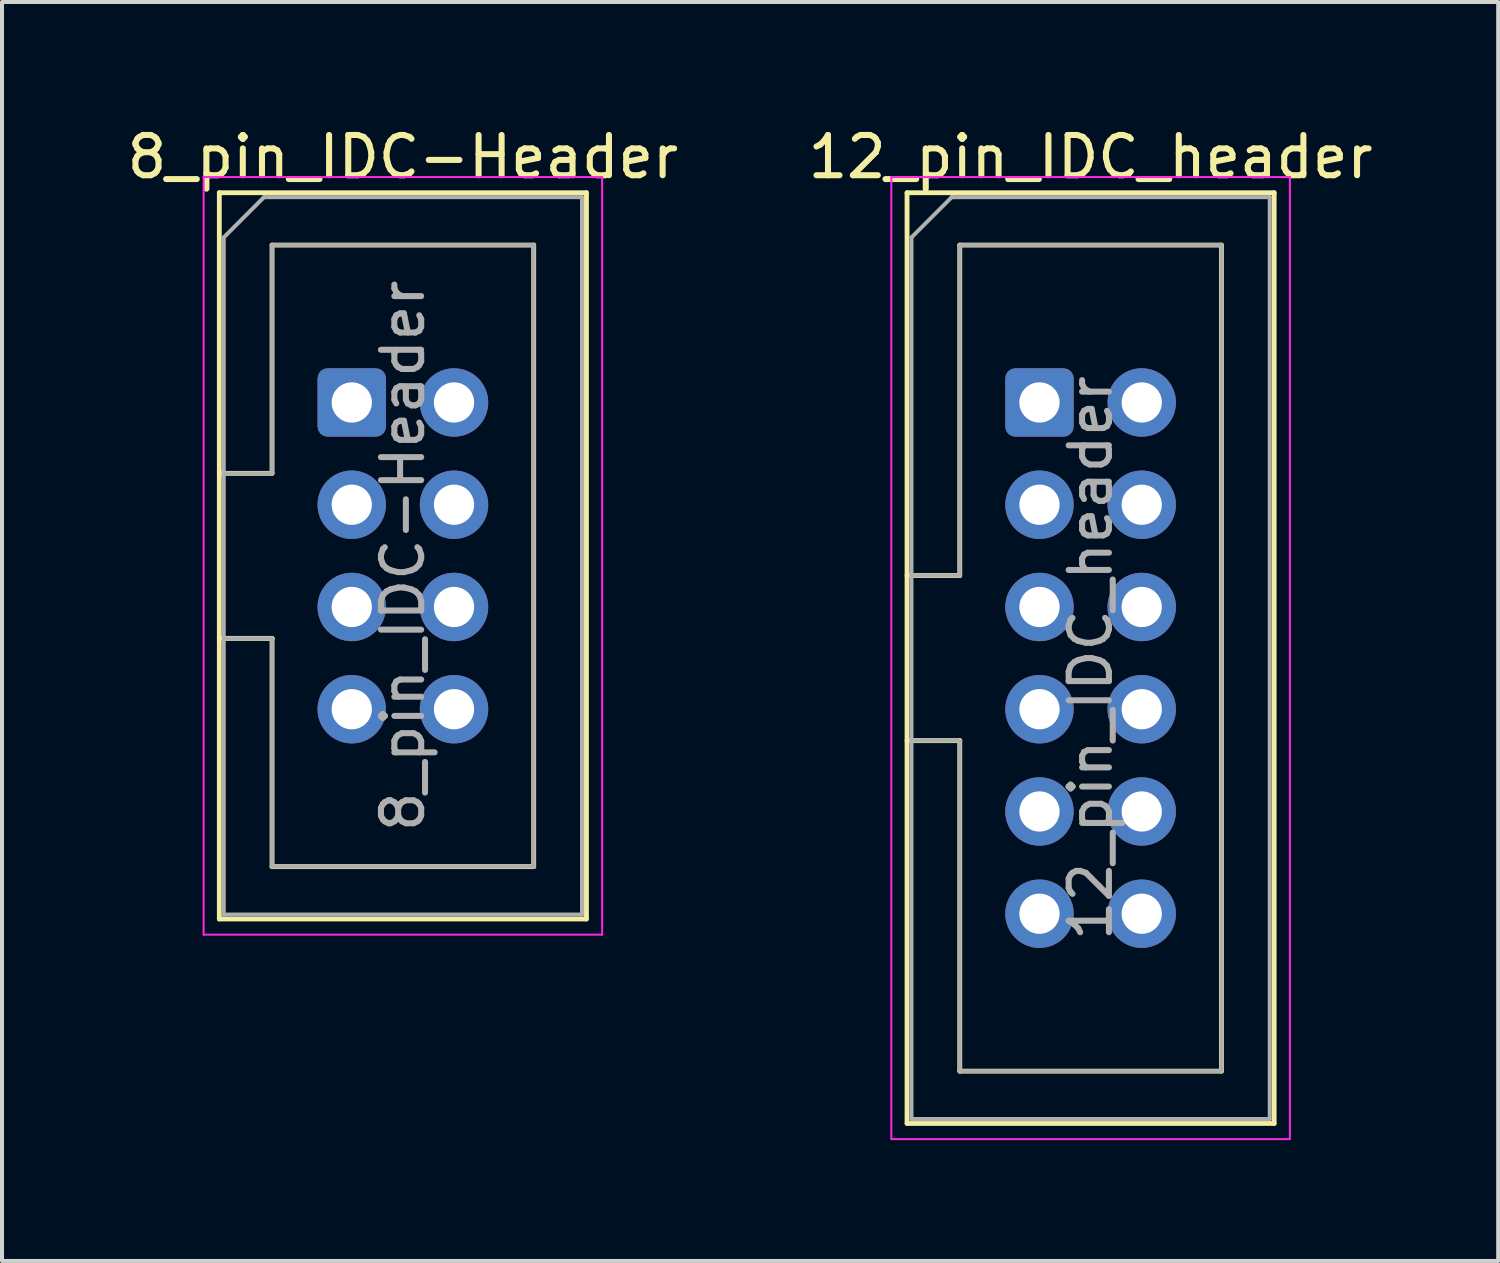
<source format=kicad_pcb>
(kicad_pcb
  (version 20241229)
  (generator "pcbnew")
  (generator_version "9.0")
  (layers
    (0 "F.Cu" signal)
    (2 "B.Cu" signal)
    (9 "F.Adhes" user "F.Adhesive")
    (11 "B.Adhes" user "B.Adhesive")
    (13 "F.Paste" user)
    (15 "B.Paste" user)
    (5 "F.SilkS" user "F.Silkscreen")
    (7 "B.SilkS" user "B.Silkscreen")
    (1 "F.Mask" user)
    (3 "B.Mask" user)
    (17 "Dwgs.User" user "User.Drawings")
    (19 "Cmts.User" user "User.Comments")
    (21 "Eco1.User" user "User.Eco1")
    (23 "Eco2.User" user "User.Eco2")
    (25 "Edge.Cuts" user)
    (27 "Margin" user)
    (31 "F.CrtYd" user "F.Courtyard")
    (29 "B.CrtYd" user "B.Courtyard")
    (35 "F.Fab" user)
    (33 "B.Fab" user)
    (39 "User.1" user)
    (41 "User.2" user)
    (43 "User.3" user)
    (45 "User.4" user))
  (footprint "8_pin_IDC-Header"
    (layer "F.Cu")
    (at 5.688 6.948)
    (property "Reference" "8_pin_IDC-Header" (at 1.27 -6.1 0) (layer "F.SilkS") (effects (font (size 1 1) (thickness 0.15))))
    (attr through_hole)
    (fp_line (start -3.29 -5.21) (end 5.83 -5.21) (stroke (width 0.12) (type solid)) (layer "F.SilkS"))
    (fp_line (start -3.29 1.76) (end -1.98 1.76) (stroke (width 0.12) (type solid)) (layer "F.SilkS"))
    (fp_line (start -3.29 12.83) (end -3.29 -5.21) (stroke (width 0.12) (type solid)) (layer "F.SilkS"))
    (fp_line (start -1.98 -3.91) (end 4.52 -3.91) (stroke (width 0.12) (type solid)) (layer "F.SilkS"))
    (fp_line (start -1.98 1.76) (end -1.98 -3.91) (stroke (width 0.12) (type solid)) (layer "F.SilkS"))
    (fp_line (start -1.98 5.86) (end -3.29 5.86) (stroke (width 0.12) (type solid)) (layer "F.SilkS"))
    (fp_line (start -1.98 5.86) (end -1.98 5.86) (stroke (width 0.12) (type solid)) (layer "F.SilkS"))
    (fp_line (start -1.98 11.53) (end -1.98 5.86) (stroke (width 0.12) (type solid)) (layer "F.SilkS"))
    (fp_line (start 4.52 -3.91) (end 4.52 11.53) (stroke (width 0.12) (type solid)) (layer "F.SilkS"))
    (fp_line (start 4.52 11.53) (end -1.98 11.53) (stroke (width 0.12) (type solid)) (layer "F.SilkS"))
    (fp_line (start 5.83 -5.21) (end 5.83 12.83) (stroke (width 0.12) (type solid)) (layer "F.SilkS"))
    (fp_line (start 5.83 12.83) (end -3.29 12.83) (stroke (width 0.12) (type solid)) (layer "F.SilkS"))
    (fp_line (start -3.68 -5.6) (end -3.68 13.22) (stroke (width 0.05) (type solid)) (layer "F.CrtYd"))
    (fp_line (start -3.68 13.22) (end 6.22 13.22) (stroke (width 0.05) (type solid)) (layer "F.CrtYd"))
    (fp_line (start 6.22 -5.6) (end -3.68 -5.6) (stroke (width 0.05) (type solid)) (layer "F.CrtYd"))
    (fp_line (start 6.22 13.22) (end 6.22 -5.6) (stroke (width 0.05) (type solid)) (layer "F.CrtYd"))
    (fp_line (start -3.18 -4.1) (end -2.18 -5.1) (stroke (width 0.1) (type solid)) (layer "F.Fab"))
    (fp_line (start -3.18 1.76) (end -1.98 1.76) (stroke (width 0.1) (type solid)) (layer "F.Fab"))
    (fp_line (start -3.18 12.72) (end -3.18 -4.1) (stroke (width 0.1) (type solid)) (layer "F.Fab"))
    (fp_line (start -2.18 -5.1) (end 5.72 -5.1) (stroke (width 0.1) (type solid)) (layer "F.Fab"))
    (fp_line (start -1.98 -3.91) (end 4.52 -3.91) (stroke (width 0.1) (type solid)) (layer "F.Fab"))
    (fp_line (start -1.98 1.76) (end -1.98 -3.91) (stroke (width 0.1) (type solid)) (layer "F.Fab"))
    (fp_line (start -1.98 5.86) (end -3.18 5.86) (stroke (width 0.1) (type solid)) (layer "F.Fab"))
    (fp_line (start -1.98 5.86) (end -1.98 5.86) (stroke (width 0.1) (type solid)) (layer "F.Fab"))
    (fp_line (start -1.98 11.53) (end -1.98 5.86) (stroke (width 0.1) (type solid)) (layer "F.Fab"))
    (fp_line (start 4.52 -3.91) (end 4.52 11.53) (stroke (width 0.1) (type solid)) (layer "F.Fab"))
    (fp_line (start 4.52 11.53) (end -1.98 11.53) (stroke (width 0.1) (type solid)) (layer "F.Fab"))
    (fp_line (start 5.72 -5.1) (end 5.72 12.72) (stroke (width 0.1) (type solid)) (layer "F.Fab"))
    (fp_line (start 5.72 12.72) (end -3.18 12.72) (stroke (width 0.1) (type solid)) (layer "F.Fab"))
    (fp_text user "${REFERENCE}" (at 1.27 3.81 90) (layer "F.Fab") (effects (font (size 1 1) (thickness 0.15))))
    (pad "1" thru_hole roundrect (at 0 0) (size 1.7 1.7) (drill 1) (layers "*.Cu" "*.Mask") (roundrect_rratio 0.147))
    (pad "2" thru_hole circle (at 2.54 0) (size 1.7 1.7) (drill 1) (layers "*.Cu" "*.Mask"))
    (pad "3" thru_hole circle (at 0 2.54) (size 1.7 1.7) (drill 1) (layers "*.Cu" "*.Mask"))
    (pad "4" thru_hole circle (at 2.54 2.54) (size 1.7 1.7) (drill 1) (layers "*.Cu" "*.Mask"))
    (pad "5" thru_hole circle (at 0 5.08) (size 1.7 1.7) (drill 1) (layers "*.Cu" "*.Mask"))
    (pad "6" thru_hole circle (at 2.54 5.08) (size 1.7 1.7) (drill 1) (layers "*.Cu" "*.Mask"))
    (pad "7" thru_hole circle (at 0 7.62) (size 1.7 1.7) (drill 1) (layers "*.Cu" "*.Mask"))
    (pad "8" thru_hole circle (at 2.54 7.62) (size 1.7 1.7) (drill 1) (layers "*.Cu" "*.Mask")))
  (footprint "12_pin_IDC_header"
    (layer "F.Cu")
    (at 22.772 6.948)
    (property "Reference" "12_pin_IDC_header" (at 1.27 -6.1 0) (layer "F.SilkS") (effects (font (size 1 1) (thickness 0.15))))
    (attr through_hole)
    (fp_line (start -3.29 -5.21) (end 5.83 -5.21) (stroke (width 0.12) (type solid)) (layer "F.SilkS"))
    (fp_line (start -3.29 4.3) (end -1.98 4.3) (stroke (width 0.12) (type solid)) (layer "F.SilkS"))
    (fp_line (start -3.29 17.91) (end -3.29 -5.21) (stroke (width 0.12) (type solid)) (layer "F.SilkS"))
    (fp_line (start -1.98 -3.91) (end 4.52 -3.91) (stroke (width 0.12) (type solid)) (layer "F.SilkS"))
    (fp_line (start -1.98 4.3) (end -1.98 -3.91) (stroke (width 0.12) (type solid)) (layer "F.SilkS"))
    (fp_line (start -1.98 8.4) (end -3.29 8.4) (stroke (width 0.12) (type solid)) (layer "F.SilkS"))
    (fp_line (start -1.98 8.4) (end -1.98 8.4) (stroke (width 0.12) (type solid)) (layer "F.SilkS"))
    (fp_line (start -1.98 16.61) (end -1.98 8.4) (stroke (width 0.12) (type solid)) (layer "F.SilkS"))
    (fp_line (start 4.52 -3.91) (end 4.52 16.61) (stroke (width 0.12) (type solid)) (layer "F.SilkS"))
    (fp_line (start 4.52 16.61) (end -1.98 16.61) (stroke (width 0.12) (type solid)) (layer "F.SilkS"))
    (fp_line (start 5.83 -5.21) (end 5.83 17.91) (stroke (width 0.12) (type solid)) (layer "F.SilkS"))
    (fp_line (start 5.83 17.91) (end -3.29 17.91) (stroke (width 0.12) (type solid)) (layer "F.SilkS"))
    (fp_line (start -3.68 -5.6) (end -3.68 18.3) (stroke (width 0.05) (type solid)) (layer "F.CrtYd"))
    (fp_line (start -3.68 18.3) (end 6.22 18.3) (stroke (width 0.05) (type solid)) (layer "F.CrtYd"))
    (fp_line (start 6.22 -5.6) (end -3.68 -5.6) (stroke (width 0.05) (type solid)) (layer "F.CrtYd"))
    (fp_line (start 6.22 18.3) (end 6.22 -5.6) (stroke (width 0.05) (type solid)) (layer "F.CrtYd"))
    (fp_line (start -3.18 -4.1) (end -2.18 -5.1) (stroke (width 0.1) (type solid)) (layer "F.Fab"))
    (fp_line (start -3.18 4.3) (end -1.98 4.3) (stroke (width 0.1) (type solid)) (layer "F.Fab"))
    (fp_line (start -3.18 17.8) (end -3.18 -4.1) (stroke (width 0.1) (type solid)) (layer "F.Fab"))
    (fp_line (start -2.18 -5.1) (end 5.72 -5.1) (stroke (width 0.1) (type solid)) (layer "F.Fab"))
    (fp_line (start -1.98 -3.91) (end 4.52 -3.91) (stroke (width 0.1) (type solid)) (layer "F.Fab"))
    (fp_line (start -1.98 4.3) (end -1.98 -3.91) (stroke (width 0.1) (type solid)) (layer "F.Fab"))
    (fp_line (start -1.98 8.4) (end -3.18 8.4) (stroke (width 0.1) (type solid)) (layer "F.Fab"))
    (fp_line (start -1.98 8.4) (end -1.98 8.4) (stroke (width 0.1) (type solid)) (layer "F.Fab"))
    (fp_line (start -1.98 16.61) (end -1.98 8.4) (stroke (width 0.1) (type solid)) (layer "F.Fab"))
    (fp_line (start 4.52 -3.91) (end 4.52 16.61) (stroke (width 0.1) (type solid)) (layer "F.Fab"))
    (fp_line (start 4.52 16.61) (end -1.98 16.61) (stroke (width 0.1) (type solid)) (layer "F.Fab"))
    (fp_line (start 5.72 -5.1) (end 5.72 17.8) (stroke (width 0.1) (type solid)) (layer "F.Fab"))
    (fp_line (start 5.72 17.8) (end -3.18 17.8) (stroke (width 0.1) (type solid)) (layer "F.Fab"))
    (fp_text user "${REFERENCE}" (at 1.27 6.35 90) (layer "F.Fab") (effects (font (size 1 1) (thickness 0.15))))
    (pad "1" thru_hole roundrect (at 0 0) (size 1.7 1.7) (drill 1) (layers "*.Cu" "*.Mask") (roundrect_rratio 0.147))
    (pad "2" thru_hole circle (at 2.54 0) (size 1.7 1.7) (drill 1) (layers "*.Cu" "*.Mask"))
    (pad "3" thru_hole circle (at 0 2.54) (size 1.7 1.7) (drill 1) (layers "*.Cu" "*.Mask"))
    (pad "4" thru_hole circle (at 2.54 2.54) (size 1.7 1.7) (drill 1) (layers "*.Cu" "*.Mask"))
    (pad "5" thru_hole circle (at 0 5.08) (size 1.7 1.7) (drill 1) (layers "*.Cu" "*.Mask"))
    (pad "6" thru_hole circle (at 2.54 5.08) (size 1.7 1.7) (drill 1) (layers "*.Cu" "*.Mask"))
    (pad "7" thru_hole circle (at 0 7.62) (size 1.7 1.7) (drill 1) (layers "*.Cu" "*.Mask"))
    (pad "8" thru_hole circle (at 2.54 7.62) (size 1.7 1.7) (drill 1) (layers "*.Cu" "*.Mask"))
    (pad "9" thru_hole circle (at 0 10.16) (size 1.7 1.7) (drill 1) (layers "*.Cu" "*.Mask"))
    (pad "10" thru_hole circle (at 2.54 10.16) (size 1.7 1.7) (drill 1) (layers "*.Cu" "*.Mask"))
    (pad "11" thru_hole circle (at 0 12.7) (size 1.7 1.7) (drill 1) (layers "*.Cu" "*.Mask"))
    (pad "12" thru_hole circle (at 2.54 12.7) (size 1.7 1.7) (drill 1) (layers "*.Cu" "*.Mask")))
  (gr_rect
    (start -3 -3)
    (end 34.167 28.273)
    (stroke (width 0.1) (type default))
    (fill no)
    (layer "Edge.Cuts")))
</source>
